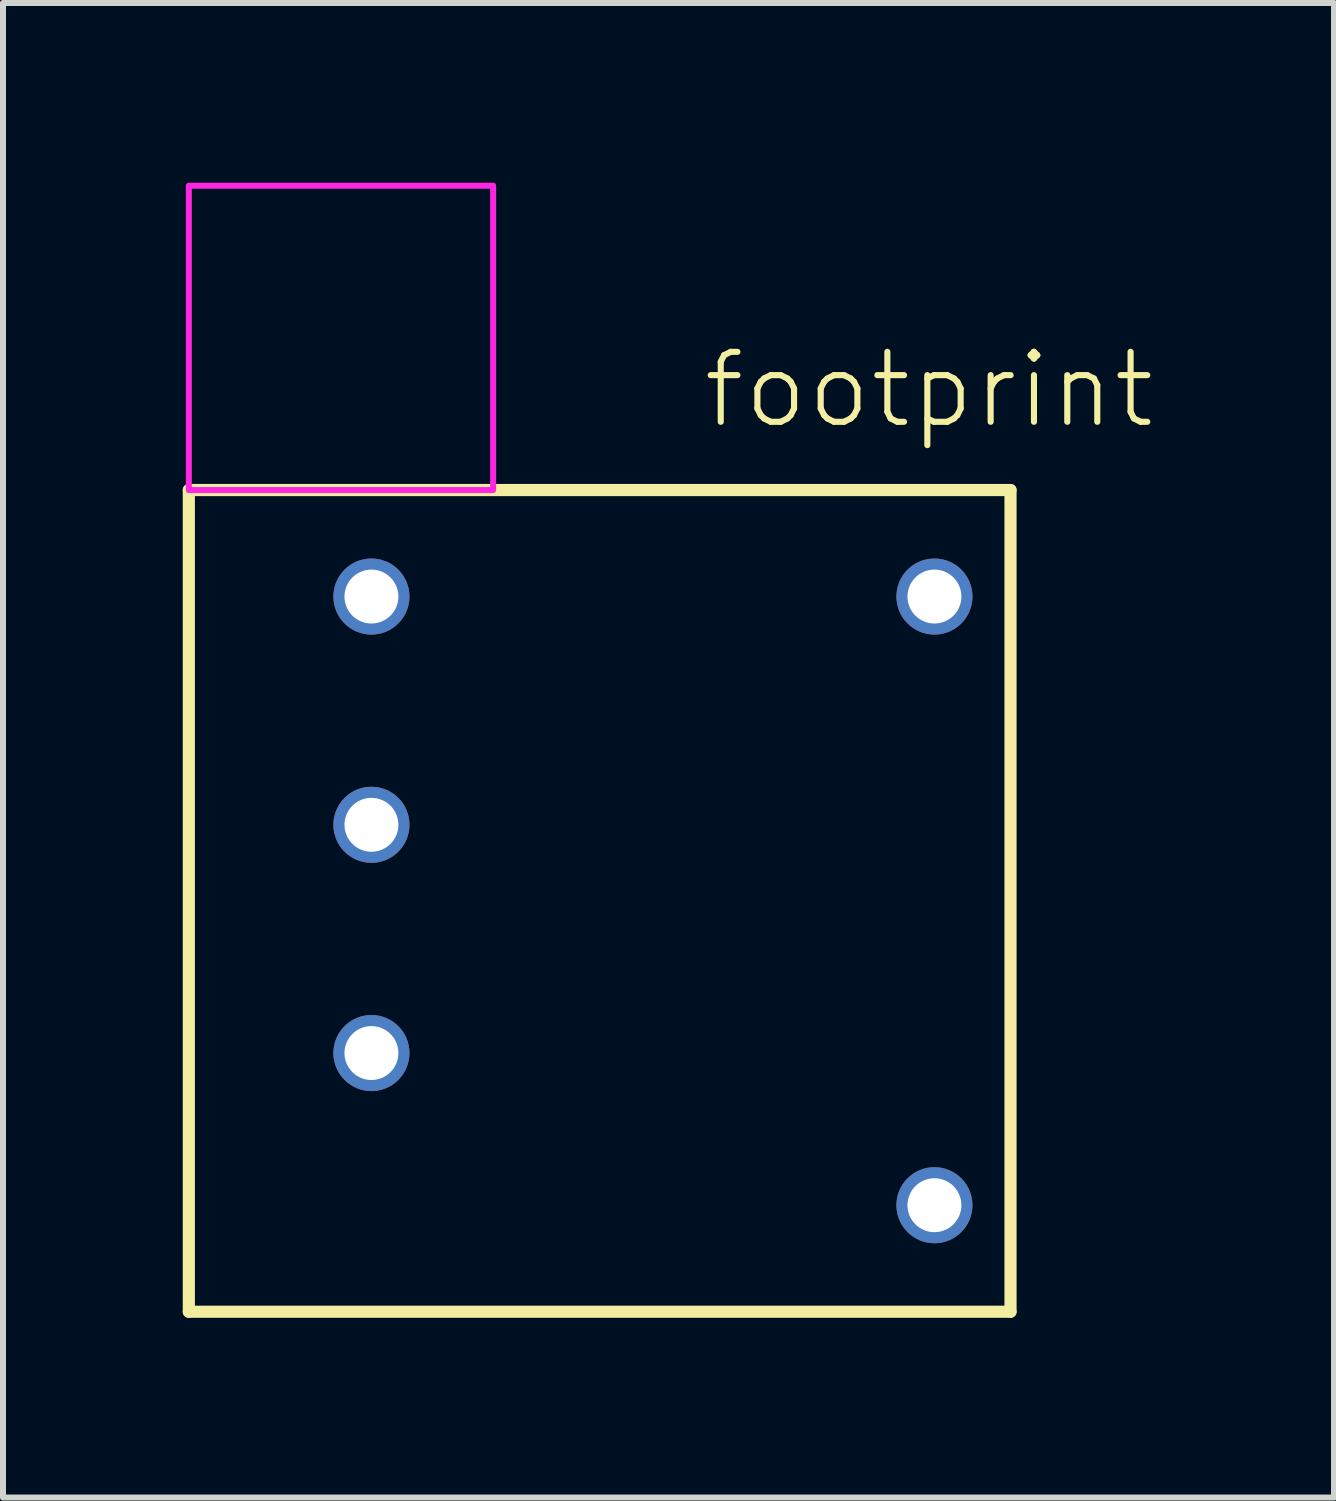
<source format=kicad_pcb>
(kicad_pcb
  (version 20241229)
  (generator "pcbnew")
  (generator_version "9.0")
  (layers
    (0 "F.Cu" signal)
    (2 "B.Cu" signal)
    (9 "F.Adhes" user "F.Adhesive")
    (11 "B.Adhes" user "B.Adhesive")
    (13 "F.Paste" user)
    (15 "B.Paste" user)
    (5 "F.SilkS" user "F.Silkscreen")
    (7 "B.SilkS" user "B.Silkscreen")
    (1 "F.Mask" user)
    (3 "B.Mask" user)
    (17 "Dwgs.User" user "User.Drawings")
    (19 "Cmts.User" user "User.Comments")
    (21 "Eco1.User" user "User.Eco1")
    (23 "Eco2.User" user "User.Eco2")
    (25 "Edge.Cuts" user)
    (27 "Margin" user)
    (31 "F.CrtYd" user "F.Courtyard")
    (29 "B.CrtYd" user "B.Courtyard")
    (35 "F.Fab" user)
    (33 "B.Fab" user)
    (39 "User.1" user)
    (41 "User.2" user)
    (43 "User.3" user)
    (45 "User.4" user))
  (footprint "footprint"
    (layer "F.Cu")
    (at 8.738 11.988)
    (property "Reference" "footprint" (at -0.102 -7.849 0) (layer "F.SilkS") (effects (font (size 1.168 1.168) (thickness 0.102)) (justify left bottom)))
    (fp_line (start -8.636 -6.858) (end 5.08 -6.858) (stroke (width 0.203) (type solid)) (layer "F.SilkS"))
    (fp_line (start -8.636 6.858) (end -8.636 -6.858) (stroke (width 0.203) (type solid)) (layer "F.SilkS"))
    (fp_line (start 5.08 -6.858) (end 5.08 6.858) (stroke (width 0.203) (type solid)) (layer "F.SilkS"))
    (fp_line (start 5.08 6.858) (end -8.636 6.858) (stroke (width 0.203) (type solid)) (layer "F.SilkS"))
    (fp_poly (pts (xy -8.636 -6.858) (xy -3.556 -6.858) (xy -3.556 -11.938) (xy -8.636 -11.938)) (stroke (width 0.1) (type solid)) (fill no) (layer "F.CrtYd"))
    (pad "1" thru_hole circle (at -5.588 -5.08) (size 1.27 1.27) (drill 0.9) (layers "*.Cu" "*.Mask"))
    (pad "2" thru_hole circle (at -5.588 -1.27) (size 1.27 1.27) (drill 0.9) (layers "*.Cu" "*.Mask"))
    (pad "3" thru_hole circle (at 3.81 -5.08) (size 1.27 1.27) (drill 0.9) (layers "*.Cu" "*.Mask"))
    (pad "4" thru_hole circle (at 3.81 5.08) (size 1.27 1.27) (drill 0.9) (layers "*.Cu" "*.Mask"))
    (pad "6" thru_hole circle (at -5.588 2.54) (size 1.27 1.27) (drill 0.9) (layers "*.Cu" "*.Mask")))
  (gr_rect
    (start -3 -3)
    (end 19.218 21.948)
    (stroke (width 0.1) (type default))
    (fill no)
    (layer "Edge.Cuts")))
</source>
